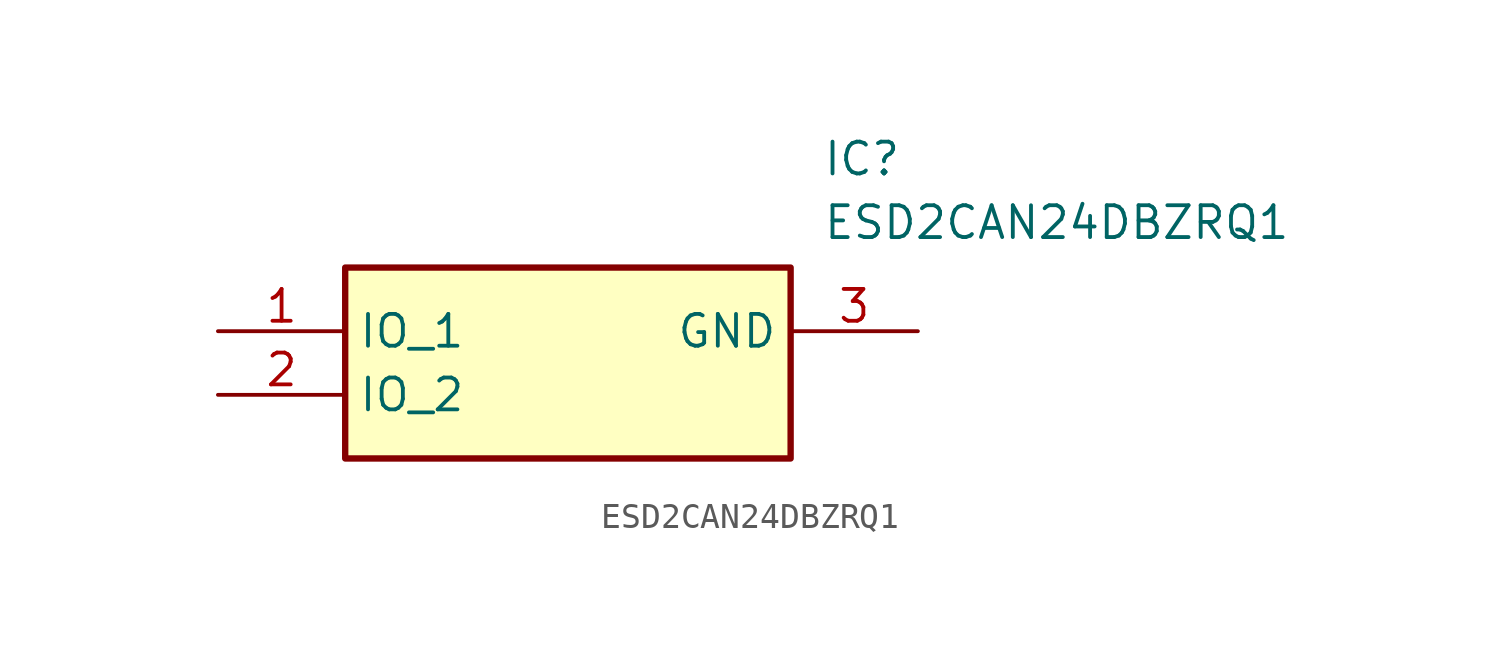
<source format=kicad_sym>
(kicad_symbol_lib
  (version 20211014)
  (generator SamacSys_ECAD_Model)
  (symbol "ESD2CAN24DBZRQ1"
    (property "Reference" "IC"
      (at 24.13 7.62 0)
      (effects (font (size 1.27 1.27)) (justify left top)))
    (property "Value" "ESD2CAN24DBZRQ1"
      (at 24.13 5.08 0)
      (effects (font (size 1.27 1.27)) (justify left top)))
    (rectangle
      (start 5.08 2.54)
      (end 22.86 -5.08)
      (stroke (width 0.254) (type default))
      (fill (type background)))
    (pin passive line
      (at 0 0 0)
      (length 5.08)
      (name "IO_1" (effects (font (size 1.27 1.27))))
      (number "1" (effects (font (size 1.27 1.27)))))
    (pin passive line
      (at 0 -2.54 0)
      (length 5.08)
      (name "IO_2" (effects (font (size 1.27 1.27))))
      (number "2" (effects (font (size 1.27 1.27)))))
    (pin passive line
      (at 27.94 0 180)
      (length 5.08)
      (name "GND" (effects (font (size 1.27 1.27))))
      (number "3" (effects (font (size 1.27 1.27)))))))
</source>
